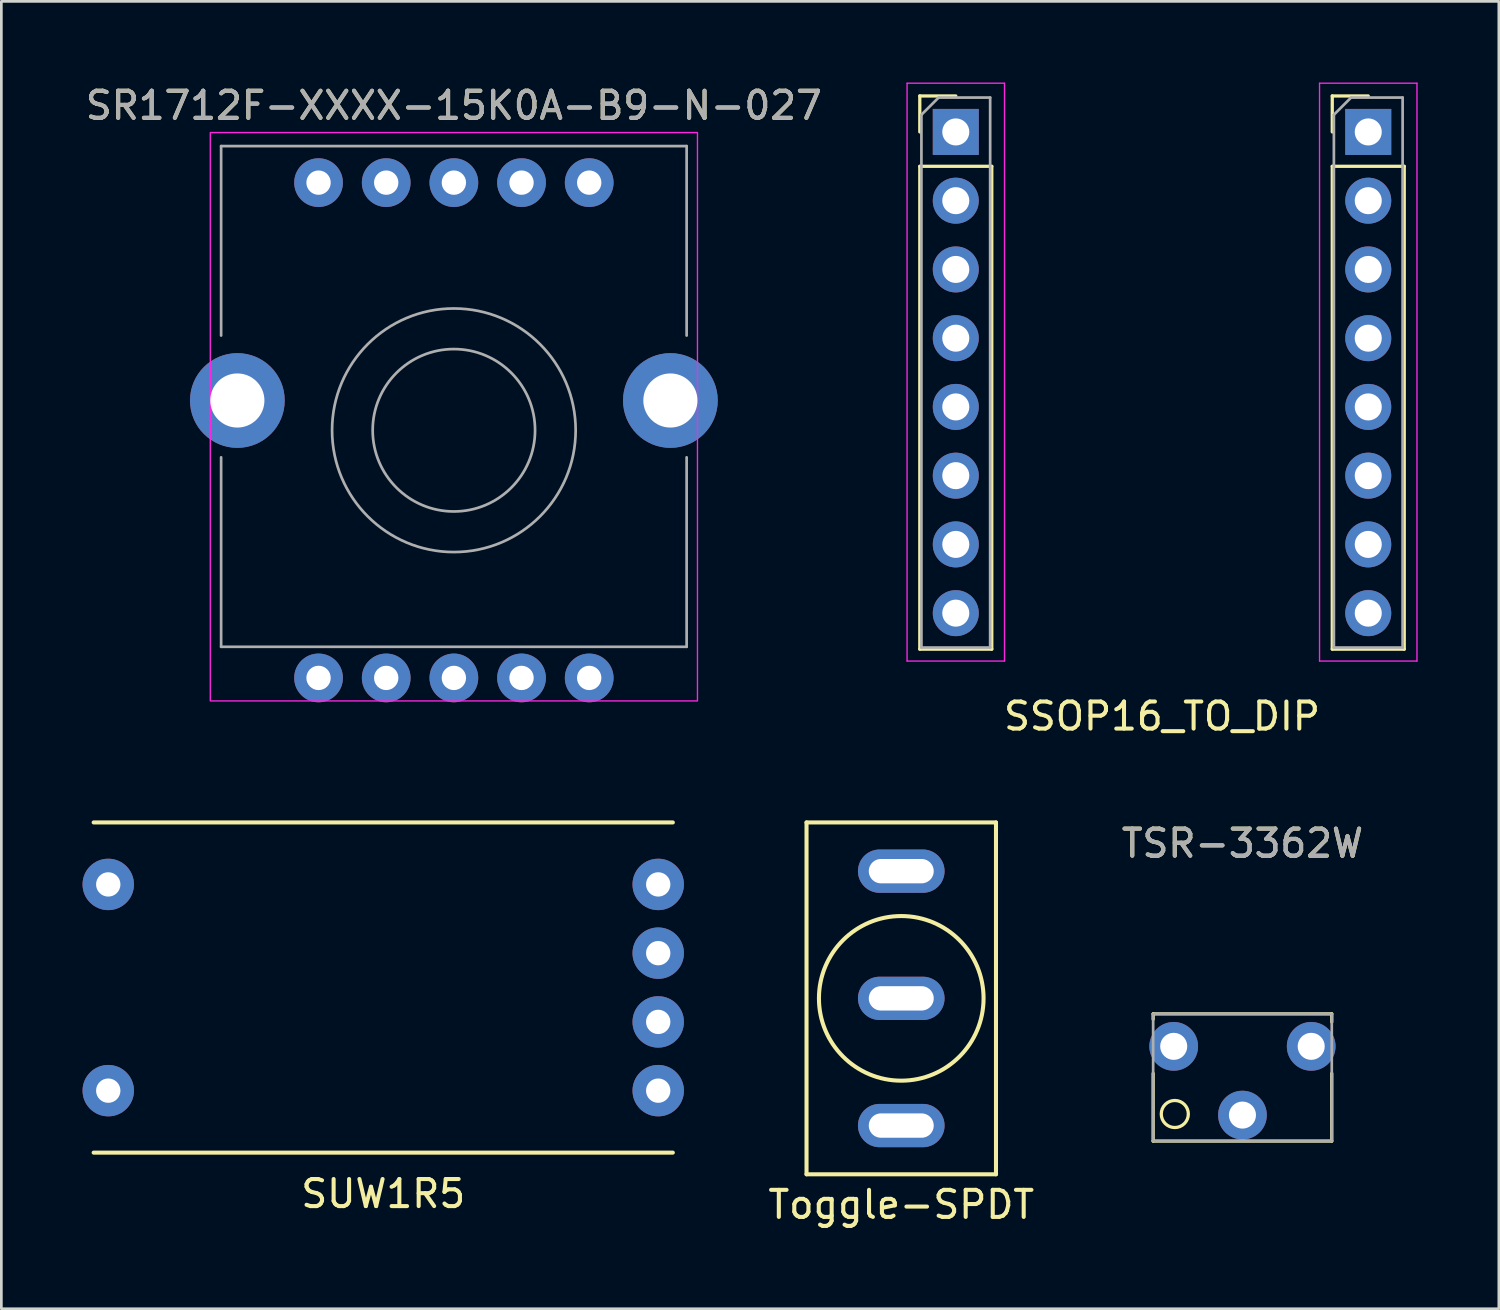
<source format=kicad_pcb>
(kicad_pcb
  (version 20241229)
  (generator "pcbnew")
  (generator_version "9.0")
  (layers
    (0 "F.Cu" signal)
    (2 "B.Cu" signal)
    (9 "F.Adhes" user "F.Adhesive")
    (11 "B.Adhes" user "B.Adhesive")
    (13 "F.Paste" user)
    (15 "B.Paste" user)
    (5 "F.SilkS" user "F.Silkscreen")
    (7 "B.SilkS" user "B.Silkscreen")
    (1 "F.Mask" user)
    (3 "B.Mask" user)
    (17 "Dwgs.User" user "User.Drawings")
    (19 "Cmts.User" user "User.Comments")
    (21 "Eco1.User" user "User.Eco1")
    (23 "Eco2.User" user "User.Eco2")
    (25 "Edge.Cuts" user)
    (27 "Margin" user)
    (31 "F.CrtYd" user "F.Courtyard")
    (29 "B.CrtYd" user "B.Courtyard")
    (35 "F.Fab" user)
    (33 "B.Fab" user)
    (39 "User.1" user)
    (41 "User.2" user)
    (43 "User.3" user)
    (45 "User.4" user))
  (footprint "Toggle-SPDT"
    (layer "F.Cu")
    (at 30.25 33.838)
    (property "Reference" "Toggle-SPDT" (at 0 7.62 0) (layer "F.SilkS") (effects (font (size 1 1) (thickness 0.15))))
    (attr through_hole)
    (fp_line (start -3.5 -6.5) (end 3.5 -6.5) (stroke (width 0.15) (type solid)) (layer "F.SilkS"))
    (fp_line (start -3.5 6.5) (end -3.5 -6.5) (stroke (width 0.15) (type solid)) (layer "F.SilkS"))
    (fp_line (start 3.5 -6.5) (end 3.5 6.5) (stroke (width 0.15) (type solid)) (layer "F.SilkS"))
    (fp_line (start 3.5 6.5) (end -3.5 6.5) (stroke (width 0.15) (type solid)) (layer "F.SilkS"))
    (fp_circle (center 0 0) (end 3 -0.5) (stroke (width 0.15) (type solid)) (fill no) (layer "F.SilkS"))
    (pad "1" thru_hole oval (at 0 -4.7) (size 3.2 1.6) (drill oval 2.4 0.9) (layers "*.Cu" "*.Mask"))
    (pad "2" thru_hole oval (at 0 0) (size 3.2 1.6) (drill oval 2.4 0.9) (layers "*.Cu" "*.Mask"))
    (pad "3" thru_hole oval (at 0 4.7) (size 3.2 1.6) (drill oval 2.4 0.9) (layers "*.Cu" "*.Mask")))
  (footprint "SR1712F-XXXX-15K0A-B9-N-027"
    (layer "F.Cu")
    (at 13.72 12.848)
    (property "Reference" "SR1712F-XXXX-15K0A-B9-N-027" (at 0 -12 0) (unlocked yes) (layer "F.SilkS") (effects (font (size 1 1) (thickness 0.15))))
    (attr through_hole)
    (fp_rect (start -9 -11) (end 9 10) (stroke (width 0.05) (type solid)) (fill no) (layer "F.CrtYd"))
    (fp_line (start -8.6 -10.5) (end -8.6 -3.5) (stroke (width 0.1) (type solid)) (layer "F.Fab"))
    (fp_line (start -8.6 8) (end -8.6 1) (stroke (width 0.1) (type solid)) (layer "F.Fab"))
    (fp_line (start -8.6 8) (end 8.6 8) (stroke (width 0.1) (type solid)) (layer "F.Fab"))
    (fp_line (start 8.6 -10.5) (end -8.6 -10.5) (stroke (width 0.1) (type solid)) (layer "F.Fab"))
    (fp_line (start 8.6 -10.5) (end 8.6 -3.5) (stroke (width 0.1) (type solid)) (layer "F.Fab"))
    (fp_line (start 8.6 8) (end 8.6 1) (stroke (width 0.1) (type solid)) (layer "F.Fab"))
    (fp_circle (center 0 0) (end 3 0) (stroke (width 0.1) (type solid)) (fill no) (layer "F.Fab"))
    (fp_circle (center 0 0) (end 4.5 0) (stroke (width 0.1) (type solid)) (fill no) (layer "F.Fab"))
    (fp_text user "${REFERENCE}" (at 0 -12 0) (unlocked yes) (layer "F.Fab") (effects (font (size 1 1) (thickness 0.15))))
    (pad "" thru_hole circle (at -8 -1.1) (size 3.5 3.5) (drill 2) (layers "*.Cu" "*.Mask"))
    (pad "" thru_hole circle (at 8 -1.1) (size 3.5 3.5) (drill 2) (layers "*.Cu" "*.Mask"))
    (pad "1" thru_hole circle (at 5 9.15) (size 1.8 1.8) (drill 0.9) (layers "*.Cu" "*.Mask"))
    (pad "2" thru_hole circle (at 2.5 9.15) (size 1.8 1.8) (drill 0.9) (layers "*.Cu" "*.Mask"))
    (pad "3" thru_hole circle (at 0 9.15) (size 1.8 1.8) (drill 0.9) (layers "*.Cu" "*.Mask"))
    (pad "4" thru_hole circle (at -2.5 9.15) (size 1.8 1.8) (drill 0.9) (layers "*.Cu" "*.Mask"))
    (pad "5" thru_hole circle (at -5 9.15) (size 1.8 1.8) (drill 0.9) (layers "*.Cu" "*.Mask"))
    (pad "6" thru_hole circle (at -5 -9.15) (size 1.8 1.8) (drill 0.9) (layers "*.Cu" "*.Mask"))
    (pad "7" thru_hole circle (at -2.5 -9.15) (size 1.8 1.8) (drill 0.9) (layers "*.Cu" "*.Mask"))
    (pad "8" thru_hole circle (at 0 -9.15) (size 1.8 1.8) (drill 0.9) (layers "*.Cu" "*.Mask"))
    (pad "9" thru_hole circle (at 2.5 -9.15) (size 1.8 1.8) (drill 0.9) (layers "*.Cu" "*.Mask"))
    (pad "10" thru_hole circle (at 5 -9.15) (size 1.8 1.8) (drill 0.9) (layers "*.Cu" "*.Mask")))
  (footprint "SSOP16_TO_DIP"
    (layer "F.Cu")
    (at 39.885 10.715)
    (property "Reference" "SSOP16_TO_DIP" (at 0 12.7 0) (layer "F.SilkS") (effects (font (size 1 1) (thickness 0.15))))
    (attr through_hole)
    (fp_line (start -8.95 -10.22) (end -7.62 -10.22) (stroke (width 0.12) (type solid)) (layer "F.SilkS"))
    (fp_line (start -8.95 -8.89) (end -8.95 -10.22) (stroke (width 0.12) (type solid)) (layer "F.SilkS"))
    (fp_line (start -8.95 -7.62) (end -8.95 10.22) (stroke (width 0.12) (type solid)) (layer "F.SilkS"))
    (fp_line (start -8.95 -7.62) (end -6.29 -7.62) (stroke (width 0.12) (type solid)) (layer "F.SilkS"))
    (fp_line (start -8.95 10.22) (end -6.29 10.22) (stroke (width 0.12) (type solid)) (layer "F.SilkS"))
    (fp_line (start -6.29 -7.62) (end -6.29 10.22) (stroke (width 0.12) (type solid)) (layer "F.SilkS"))
    (fp_line (start 6.29 -10.22) (end 7.62 -10.22) (stroke (width 0.12) (type solid)) (layer "F.SilkS"))
    (fp_line (start 6.29 -8.89) (end 6.29 -10.22) (stroke (width 0.12) (type solid)) (layer "F.SilkS"))
    (fp_line (start 6.29 -7.62) (end 6.29 10.22) (stroke (width 0.12) (type solid)) (layer "F.SilkS"))
    (fp_line (start 6.29 -7.62) (end 8.95 -7.62) (stroke (width 0.12) (type solid)) (layer "F.SilkS"))
    (fp_line (start 6.29 10.22) (end 8.95 10.22) (stroke (width 0.12) (type solid)) (layer "F.SilkS"))
    (fp_line (start 8.95 -7.62) (end 8.95 10.22) (stroke (width 0.12) (type solid)) (layer "F.SilkS"))
    (fp_line (start -9.42 -10.69) (end -9.42 10.66) (stroke (width 0.05) (type solid)) (layer "F.CrtYd"))
    (fp_line (start -9.42 10.66) (end -5.82 10.66) (stroke (width 0.05) (type solid)) (layer "F.CrtYd"))
    (fp_line (start -5.82 -10.69) (end -9.42 -10.69) (stroke (width 0.05) (type solid)) (layer "F.CrtYd"))
    (fp_line (start -5.82 10.66) (end -5.82 -10.69) (stroke (width 0.05) (type solid)) (layer "F.CrtYd"))
    (fp_line (start 5.82 -10.69) (end 5.82 10.66) (stroke (width 0.05) (type solid)) (layer "F.CrtYd"))
    (fp_line (start 5.82 10.66) (end 9.42 10.66) (stroke (width 0.05) (type solid)) (layer "F.CrtYd"))
    (fp_line (start 9.42 -10.69) (end 5.82 -10.69) (stroke (width 0.05) (type solid)) (layer "F.CrtYd"))
    (fp_line (start 9.42 10.66) (end 9.42 -10.69) (stroke (width 0.05) (type solid)) (layer "F.CrtYd"))
    (fp_line (start -8.89 -9.525) (end -8.255 -10.16) (stroke (width 0.1) (type solid)) (layer "F.Fab"))
    (fp_line (start -8.89 10.16) (end -8.89 -9.525) (stroke (width 0.1) (type solid)) (layer "F.Fab"))
    (fp_line (start -8.255 -10.16) (end -6.35 -10.16) (stroke (width 0.1) (type solid)) (layer "F.Fab"))
    (fp_line (start -6.35 -10.16) (end -6.35 10.16) (stroke (width 0.1) (type solid)) (layer "F.Fab"))
    (fp_line (start -6.35 10.16) (end -8.89 10.16) (stroke (width 0.1) (type solid)) (layer "F.Fab"))
    (fp_line (start 6.35 -9.525) (end 6.985 -10.16) (stroke (width 0.1) (type solid)) (layer "F.Fab"))
    (fp_line (start 6.35 10.16) (end 6.35 -9.525) (stroke (width 0.1) (type solid)) (layer "F.Fab"))
    (fp_line (start 6.985 -10.16) (end 8.89 -10.16) (stroke (width 0.1) (type solid)) (layer "F.Fab"))
    (fp_line (start 8.89 -10.16) (end 8.89 10.16) (stroke (width 0.1) (type solid)) (layer "F.Fab"))
    (fp_line (start 8.89 10.16) (end 6.35 10.16) (stroke (width 0.1) (type solid)) (layer "F.Fab"))
    (pad "1" thru_hole rect (at -7.62 -8.89) (size 1.7 1.7) (drill 1) (layers "*.Cu" "*.Mask"))
    (pad "2" thru_hole oval (at -7.62 -6.35) (size 1.7 1.7) (drill 1) (layers "*.Cu" "*.Mask"))
    (pad "3" thru_hole oval (at -7.62 -3.81) (size 1.7 1.7) (drill 1) (layers "*.Cu" "*.Mask"))
    (pad "4" thru_hole oval (at -7.62 -1.27) (size 1.7 1.7) (drill 1) (layers "*.Cu" "*.Mask"))
    (pad "5" thru_hole oval (at -7.62 1.27) (size 1.7 1.7) (drill 1) (layers "*.Cu" "*.Mask"))
    (pad "6" thru_hole oval (at -7.62 3.81) (size 1.7 1.7) (drill 1) (layers "*.Cu" "*.Mask"))
    (pad "7" thru_hole oval (at -7.62 6.35) (size 1.7 1.7) (drill 1) (layers "*.Cu" "*.Mask"))
    (pad "8" thru_hole oval (at -7.62 8.89) (size 1.7 1.7) (drill 1) (layers "*.Cu" "*.Mask"))
    (pad "9" thru_hole oval (at 7.62 8.89) (size 1.7 1.7) (drill 1) (layers "*.Cu" "*.Mask"))
    (pad "10" thru_hole oval (at 7.62 6.35) (size 1.7 1.7) (drill 1) (layers "*.Cu" "*.Mask"))
    (pad "11" thru_hole oval (at 7.62 3.81) (size 1.7 1.7) (drill 1) (layers "*.Cu" "*.Mask"))
    (pad "12" thru_hole oval (at 7.62 1.27) (size 1.7 1.7) (drill 1) (layers "*.Cu" "*.Mask"))
    (pad "13" thru_hole oval (at 7.62 -1.27) (size 1.7 1.7) (drill 1) (layers "*.Cu" "*.Mask"))
    (pad "14" thru_hole oval (at 7.62 -3.81) (size 1.7 1.7) (drill 1) (layers "*.Cu" "*.Mask"))
    (pad "15" thru_hole oval (at 7.62 -6.35) (size 1.7 1.7) (drill 1) (layers "*.Cu" "*.Mask"))
    (pad "16" thru_hole rect (at 7.62 -8.89) (size 1.7 1.7) (drill 1) (layers "*.Cu" "*.Mask")))
  (footprint "SUW1R5"
    (layer "F.Cu")
    (at 11.11 33.438)
    (property "Reference" "SUW1R5" (at 0 7.62 0) (layer "F.SilkS") (effects (font (size 1 1) (thickness 0.15))))
    (attr through_hole)
    (fp_line (start 10.7 -6.1) (end -10.7 -6.1) (stroke (width 0.15) (type solid)) (layer "F.SilkS"))
    (fp_line (start 10.7 6.1) (end -10.7 6.1) (stroke (width 0.15) (type solid)) (layer "F.SilkS"))
    (pad "1" thru_hole circle (at -10.16 -3.81) (size 1.9 1.9) (drill 0.9) (layers "*.Cu" "*.Mask"))
    (pad "2" thru_hole circle (at -10.16 3.81) (size 1.9 1.9) (drill 0.9) (layers "*.Cu" "*.Mask"))
    (pad "3" thru_hole circle (at 10.16 -3.81) (size 1.9 1.9) (drill 0.9) (layers "*.Cu" "*.Mask"))
    (pad "4" thru_hole circle (at 10.16 -1.27) (size 1.9 1.9) (drill 0.9) (layers "*.Cu" "*.Mask"))
    (pad "5" thru_hole circle (at 10.16 1.27) (size 1.9 1.9) (drill 0.9) (layers "*.Cu" "*.Mask"))
    (pad "6" thru_hole circle (at 10.16 3.81) (size 1.9 1.9) (drill 0.9) (layers "*.Cu" "*.Mask")))
  (footprint "TSR-3362W"
    (layer "F.Cu")
    (at 42.857 35.611)
    (property "Reference" "TSR-3362W" (at 0 -7.5 0) (unlocked yes) (layer "F.SilkS") (effects (font (size 1 1) (thickness 0.15))))
    (attr through_hole)
    (fp_line (start -3.3 -1.2) (end -3.3 -1) (stroke (width 0.12) (type solid)) (layer "F.SilkS"))
    (fp_line (start -3.3 3.5) (end -3.3 1) (stroke (width 0.12) (type solid)) (layer "F.SilkS"))
    (fp_line (start 3.3 -1.2) (end -3.3 -1.2) (stroke (width 0.12) (type solid)) (layer "F.SilkS"))
    (fp_line (start 3.3 -0.9) (end 3.3 -1.2) (stroke (width 0.12) (type solid)) (layer "F.SilkS"))
    (fp_line (start 3.3 3.5) (end -3.3 3.5) (stroke (width 0.12) (type solid)) (layer "F.SilkS"))
    (fp_line (start 3.3 3.5) (end 3.3 1) (stroke (width 0.12) (type solid)) (layer "F.SilkS"))
    (fp_circle (center -2.5 2.5) (end -3 2.5) (stroke (width 0.12) (type solid)) (fill no) (layer "F.SilkS"))
    (fp_rect (start -3.3 -1.2) (end 3.3 3.5) (stroke (width 0.1) (type solid)) (fill no) (layer "F.Fab"))
    (fp_text user "${REFERENCE}" (at 0 -7.5 0) (unlocked yes) (layer "F.Fab") (effects (font (size 1 1) (thickness 0.15))))
    (pad "1" thru_hole circle (at -2.54 0) (size 1.8 1.8) (drill 1) (layers "*.Cu" "*.Mask"))
    (pad "2" thru_hole circle (at 0 2.54) (size 1.8 1.8) (drill 1) (layers "*.Cu" "*.Mask"))
    (pad "3" thru_hole circle (at 2.54 0) (size 1.8 1.8) (drill 1) (layers "*.Cu" "*.Mask")))
  (gr_rect
    (start -3 -3)
    (end 52.33 45.306)
    (stroke (width 0.1) (type default))
    (fill no)
    (layer "Edge.Cuts")))
</source>
